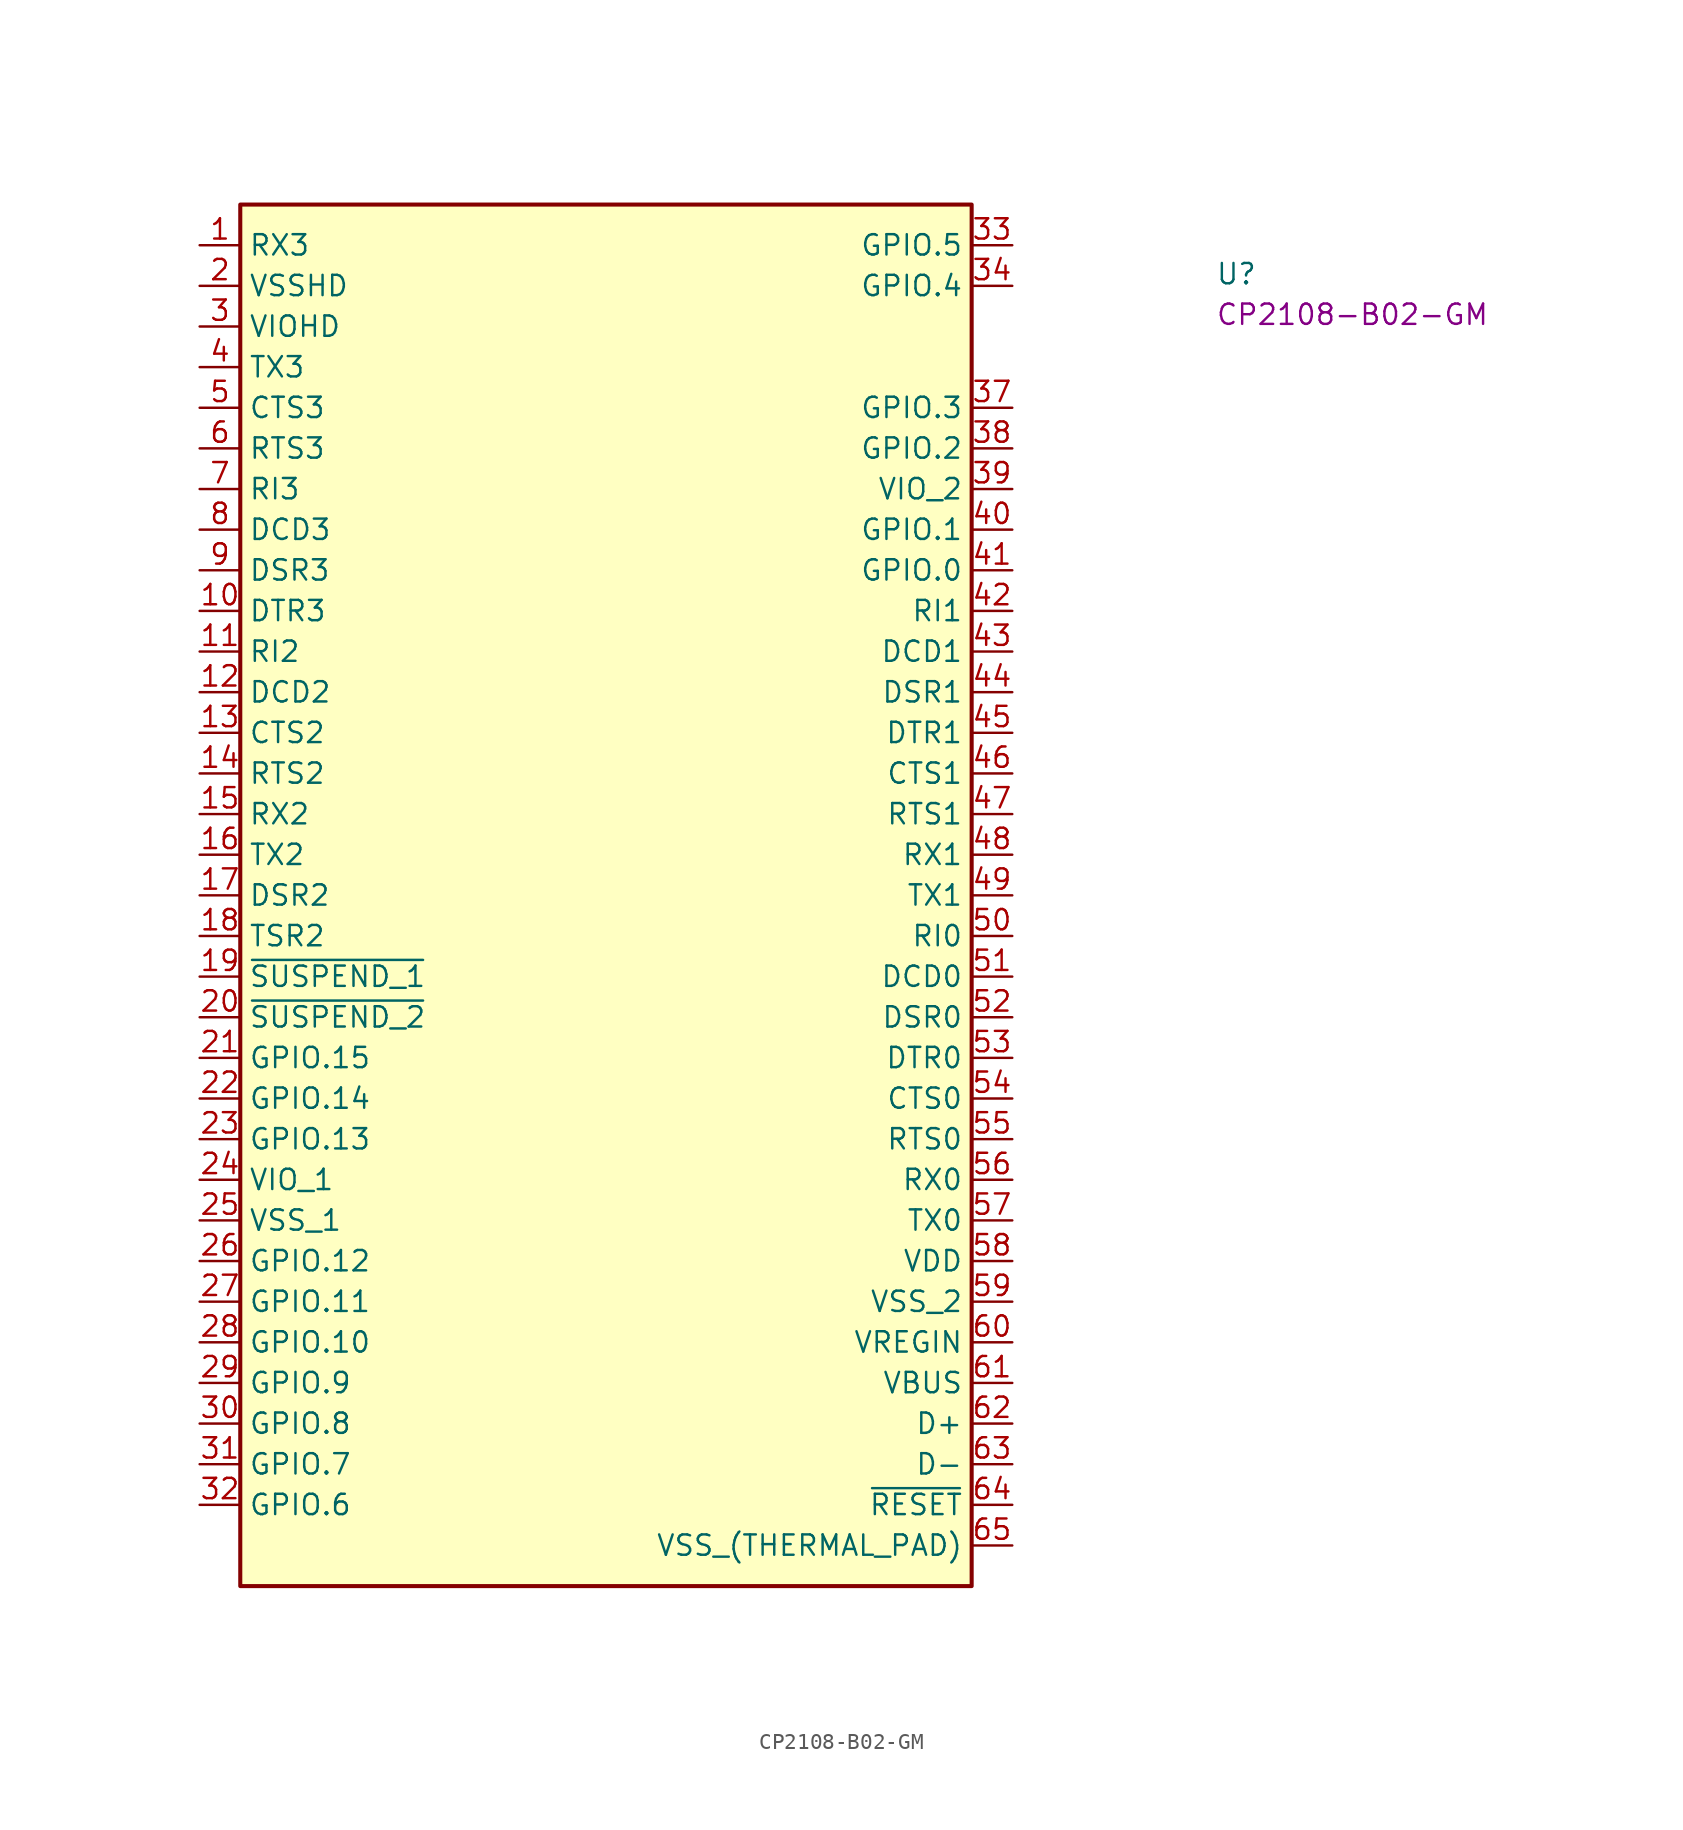
<source format=kicad_sym>
(kicad_symbol_lib
  (version 20220914)
  (generator kicad_symbol_editor)
  (symbol "CP2108-B02-GM"
    (property "Reference" "U"
      (at 63.5 -2.54 0)
      (effects (font (size 1.27 1.27) (thickness 0.15)) (justify left bottom)))
    (property "MPN" "CP2108-B02-GM"
      (at 63.5 -5.08 0)
      (effects (font (size 1.27 1.27) (thickness 0.15)) (justify left bottom)))
    (symbol "CP2108-B02-GM_1_1"
      (rectangle (start 2.54 2.54) (end 48.26 -83.82) (stroke (width 0.254) (type default)) (fill (type background)))
      (pin bidirectional line (at 0 0 0) (length 2.54) (name "RX3" (effects (font (size 1.27 1.27)))) (number "1" (effects (font (size 1.27 1.27)))))
      (pin bidirectional line (at 0 -22.86 0) (length 2.54) (name "DTR3" (effects (font (size 1.27 1.27)))) (number "10" (effects (font (size 1.27 1.27)))))
      (pin bidirectional line (at 0 -25.4 0) (length 2.54) (name "RI2" (effects (font (size 1.27 1.27)))) (number "11" (effects (font (size 1.27 1.27)))))
      (pin bidirectional line (at 0 -27.94 0) (length 2.54) (name "DCD2" (effects (font (size 1.27 1.27)))) (number "12" (effects (font (size 1.27 1.27)))))
      (pin bidirectional line (at 0 -30.48 0) (length 2.54) (name "CTS2" (effects (font (size 1.27 1.27)))) (number "13" (effects (font (size 1.27 1.27)))))
      (pin bidirectional line (at 0 -33.02 0) (length 2.54) (name "RTS2" (effects (font (size 1.27 1.27)))) (number "14" (effects (font (size 1.27 1.27)))))
      (pin bidirectional line (at 0 -35.56 0) (length 2.54) (name "RX2" (effects (font (size 1.27 1.27)))) (number "15" (effects (font (size 1.27 1.27)))))
      (pin bidirectional line (at 0 -38.1 0) (length 2.54) (name "TX2" (effects (font (size 1.27 1.27)))) (number "16" (effects (font (size 1.27 1.27)))))
      (pin bidirectional line (at 0 -40.64 0) (length 2.54) (name "DSR2" (effects (font (size 1.27 1.27)))) (number "17" (effects (font (size 1.27 1.27)))))
      (pin bidirectional line (at 0 -43.18 0) (length 2.54) (name "TSR2" (effects (font (size 1.27 1.27)))) (number "18" (effects (font (size 1.27 1.27)))))
      (pin bidirectional line (at 0 -45.72 0) (length 2.54) (name "~{SUSPEND_1}" (effects (font (size 1.27 1.27)))) (number "19" (effects (font (size 1.27 1.27)))))
      (pin bidirectional line (at 0 -2.54 0) (length 2.54) (name "VSSHD" (effects (font (size 1.27 1.27)))) (number "2" (effects (font (size 1.27 1.27)))))
      (pin bidirectional line (at 0 -48.26 0) (length 2.54) (name "~{SUSPEND_2}" (effects (font (size 1.27 1.27)))) (number "20" (effects (font (size 1.27 1.27)))))
      (pin bidirectional line (at 0 -50.8 0) (length 2.54) (name "GPIO.15" (effects (font (size 1.27 1.27)))) (number "21" (effects (font (size 1.27 1.27)))))
      (pin bidirectional line (at 0 -53.34 0) (length 2.54) (name "GPIO.14" (effects (font (size 1.27 1.27)))) (number "22" (effects (font (size 1.27 1.27)))))
      (pin bidirectional line (at 0 -55.88 0) (length 2.54) (name "GPIO.13" (effects (font (size 1.27 1.27)))) (number "23" (effects (font (size 1.27 1.27)))))
      (pin bidirectional line (at 0 -58.42 0) (length 2.54) (name "VIO_1" (effects (font (size 1.27 1.27)))) (number "24" (effects (font (size 1.27 1.27)))))
      (pin bidirectional line (at 0 -60.96 0) (length 2.54) (name "VSS_1" (effects (font (size 1.27 1.27)))) (number "25" (effects (font (size 1.27 1.27)))))
      (pin bidirectional line (at 0 -63.5 0) (length 2.54) (name "GPIO.12" (effects (font (size 1.27 1.27)))) (number "26" (effects (font (size 1.27 1.27)))))
      (pin bidirectional line (at 0 -66.04 0) (length 2.54) (name "GPIO.11" (effects (font (size 1.27 1.27)))) (number "27" (effects (font (size 1.27 1.27)))))
      (pin bidirectional line (at 0 -68.58 0) (length 2.54) (name "GPIO.10" (effects (font (size 1.27 1.27)))) (number "28" (effects (font (size 1.27 1.27)))))
      (pin bidirectional line (at 0 -71.12 0) (length 2.54) (name "GPIO.9" (effects (font (size 1.27 1.27)))) (number "29" (effects (font (size 1.27 1.27)))))
      (pin bidirectional line (at 0 -5.08 0) (length 2.54) (name "VIOHD" (effects (font (size 1.27 1.27)))) (number "3" (effects (font (size 1.27 1.27)))))
      (pin bidirectional line (at 0 -73.66 0) (length 2.54) (name "GPIO.8" (effects (font (size 1.27 1.27)))) (number "30" (effects (font (size 1.27 1.27)))))
      (pin bidirectional line (at 0 -76.2 0) (length 2.54) (name "GPIO.7" (effects (font (size 1.27 1.27)))) (number "31" (effects (font (size 1.27 1.27)))))
      (pin bidirectional line (at 0 -78.74 0) (length 2.54) (name "GPIO.6" (effects (font (size 1.27 1.27)))) (number "32" (effects (font (size 1.27 1.27)))))
      (pin bidirectional line (at 50.8 0 180) (length 2.54) (name "GPIO.5" (effects (font (size 1.27 1.27)))) (number "33" (effects (font (size 1.27 1.27)))))
      (pin bidirectional line (at 50.8 -2.54 180) (length 2.54) (name "GPIO.4" (effects (font (size 1.27 1.27)))) (number "34" (effects (font (size 1.27 1.27)))))
      (pin no_connect line (at 48.26 -5.08 180) (length 2.54) hide (name "~" (effects (font (size 1.27 1.27)))) (number "35" (effects (font (size 1.27 1.27)))))
      (pin no_connect line (at 48.26 -7.62 180) (length 2.54) hide (name "~" (effects (font (size 1.27 1.27)))) (number "36" (effects (font (size 1.27 1.27)))))
      (pin bidirectional line (at 50.8 -10.16 180) (length 2.54) (name "GPIO.3" (effects (font (size 1.27 1.27)))) (number "37" (effects (font (size 1.27 1.27)))))
      (pin bidirectional line (at 50.8 -12.7 180) (length 2.54) (name "GPIO.2" (effects (font (size 1.27 1.27)))) (number "38" (effects (font (size 1.27 1.27)))))
      (pin bidirectional line (at 50.8 -15.24 180) (length 2.54) (name "VIO_2" (effects (font (size 1.27 1.27)))) (number "39" (effects (font (size 1.27 1.27)))))
      (pin bidirectional line (at 0 -7.62 0) (length 2.54) (name "TX3" (effects (font (size 1.27 1.27)))) (number "4" (effects (font (size 1.27 1.27)))))
      (pin bidirectional line (at 50.8 -17.78 180) (length 2.54) (name "GPIO.1" (effects (font (size 1.27 1.27)))) (number "40" (effects (font (size 1.27 1.27)))))
      (pin bidirectional line (at 50.8 -20.32 180) (length 2.54) (name "GPIO.0" (effects (font (size 1.27 1.27)))) (number "41" (effects (font (size 1.27 1.27)))))
      (pin bidirectional line (at 50.8 -22.86 180) (length 2.54) (name "RI1" (effects (font (size 1.27 1.27)))) (number "42" (effects (font (size 1.27 1.27)))))
      (pin bidirectional line (at 50.8 -25.4 180) (length 2.54) (name "DCD1" (effects (font (size 1.27 1.27)))) (number "43" (effects (font (size 1.27 1.27)))))
      (pin bidirectional line (at 50.8 -27.94 180) (length 2.54) (name "DSR1" (effects (font (size 1.27 1.27)))) (number "44" (effects (font (size 1.27 1.27)))))
      (pin bidirectional line (at 50.8 -30.48 180) (length 2.54) (name "DTR1" (effects (font (size 1.27 1.27)))) (number "45" (effects (font (size 1.27 1.27)))))
      (pin bidirectional line (at 50.8 -33.02 180) (length 2.54) (name "CTS1" (effects (font (size 1.27 1.27)))) (number "46" (effects (font (size 1.27 1.27)))))
      (pin bidirectional line (at 50.8 -35.56 180) (length 2.54) (name "RTS1" (effects (font (size 1.27 1.27)))) (number "47" (effects (font (size 1.27 1.27)))))
      (pin bidirectional line (at 50.8 -38.1 180) (length 2.54) (name "RX1" (effects (font (size 1.27 1.27)))) (number "48" (effects (font (size 1.27 1.27)))))
      (pin bidirectional line (at 50.8 -40.64 180) (length 2.54) (name "TX1" (effects (font (size 1.27 1.27)))) (number "49" (effects (font (size 1.27 1.27)))))
      (pin bidirectional line (at 0 -10.16 0) (length 2.54) (name "CTS3" (effects (font (size 1.27 1.27)))) (number "5" (effects (font (size 1.27 1.27)))))
      (pin bidirectional line (at 50.8 -43.18 180) (length 2.54) (name "RI0" (effects (font (size 1.27 1.27)))) (number "50" (effects (font (size 1.27 1.27)))))
      (pin bidirectional line (at 50.8 -45.72 180) (length 2.54) (name "DCD0" (effects (font (size 1.27 1.27)))) (number "51" (effects (font (size 1.27 1.27)))))
      (pin bidirectional line (at 50.8 -48.26 180) (length 2.54) (name "DSR0" (effects (font (size 1.27 1.27)))) (number "52" (effects (font (size 1.27 1.27)))))
      (pin bidirectional line (at 50.8 -50.8 180) (length 2.54) (name "DTR0" (effects (font (size 1.27 1.27)))) (number "53" (effects (font (size 1.27 1.27)))))
      (pin bidirectional line (at 50.8 -53.34 180) (length 2.54) (name "CTS0" (effects (font (size 1.27 1.27)))) (number "54" (effects (font (size 1.27 1.27)))))
      (pin bidirectional line (at 50.8 -55.88 180) (length 2.54) (name "RTS0" (effects (font (size 1.27 1.27)))) (number "55" (effects (font (size 1.27 1.27)))))
      (pin bidirectional line (at 50.8 -58.42 180) (length 2.54) (name "RX0" (effects (font (size 1.27 1.27)))) (number "56" (effects (font (size 1.27 1.27)))))
      (pin bidirectional line (at 50.8 -60.96 180) (length 2.54) (name "TX0" (effects (font (size 1.27 1.27)))) (number "57" (effects (font (size 1.27 1.27)))))
      (pin bidirectional line (at 50.8 -63.5 180) (length 2.54) (name "VDD" (effects (font (size 1.27 1.27)))) (number "58" (effects (font (size 1.27 1.27)))))
      (pin bidirectional line (at 50.8 -66.04 180) (length 2.54) (name "VSS_2" (effects (font (size 1.27 1.27)))) (number "59" (effects (font (size 1.27 1.27)))))
      (pin bidirectional line (at 0 -12.7 0) (length 2.54) (name "RTS3" (effects (font (size 1.27 1.27)))) (number "6" (effects (font (size 1.27 1.27)))))
      (pin bidirectional line (at 50.8 -68.58 180) (length 2.54) (name "VREGIN" (effects (font (size 1.27 1.27)))) (number "60" (effects (font (size 1.27 1.27)))))
      (pin bidirectional line (at 50.8 -71.12 180) (length 2.54) (name "VBUS" (effects (font (size 1.27 1.27)))) (number "61" (effects (font (size 1.27 1.27)))))
      (pin bidirectional line (at 50.8 -73.66 180) (length 2.54) (name "D+" (effects (font (size 1.27 1.27)))) (number "62" (effects (font (size 1.27 1.27)))))
      (pin bidirectional line (at 50.8 -76.2 180) (length 2.54) (name "D-" (effects (font (size 1.27 1.27)))) (number "63" (effects (font (size 1.27 1.27)))))
      (pin bidirectional line (at 50.8 -78.74 180) (length 2.54) (name "~{RESET}" (effects (font (size 1.27 1.27)))) (number "64" (effects (font (size 1.27 1.27)))))
      (pin bidirectional line (at 50.8 -81.28 180) (length 2.54) (name "VSS_(THERMAL_PAD)" (effects (font (size 1.27 1.27)))) (number "65" (effects (font (size 1.27 1.27)))))
      (pin bidirectional line (at 0 -15.24 0) (length 2.54) (name "RI3" (effects (font (size 1.27 1.27)))) (number "7" (effects (font (size 1.27 1.27)))))
      (pin bidirectional line (at 0 -17.78 0) (length 2.54) (name "DCD3" (effects (font (size 1.27 1.27)))) (number "8" (effects (font (size 1.27 1.27)))))
      (pin bidirectional line (at 0 -20.32 0) (length 2.54) (name "DSR3" (effects (font (size 1.27 1.27)))) (number "9" (effects (font (size 1.27 1.27))))))))
</source>
